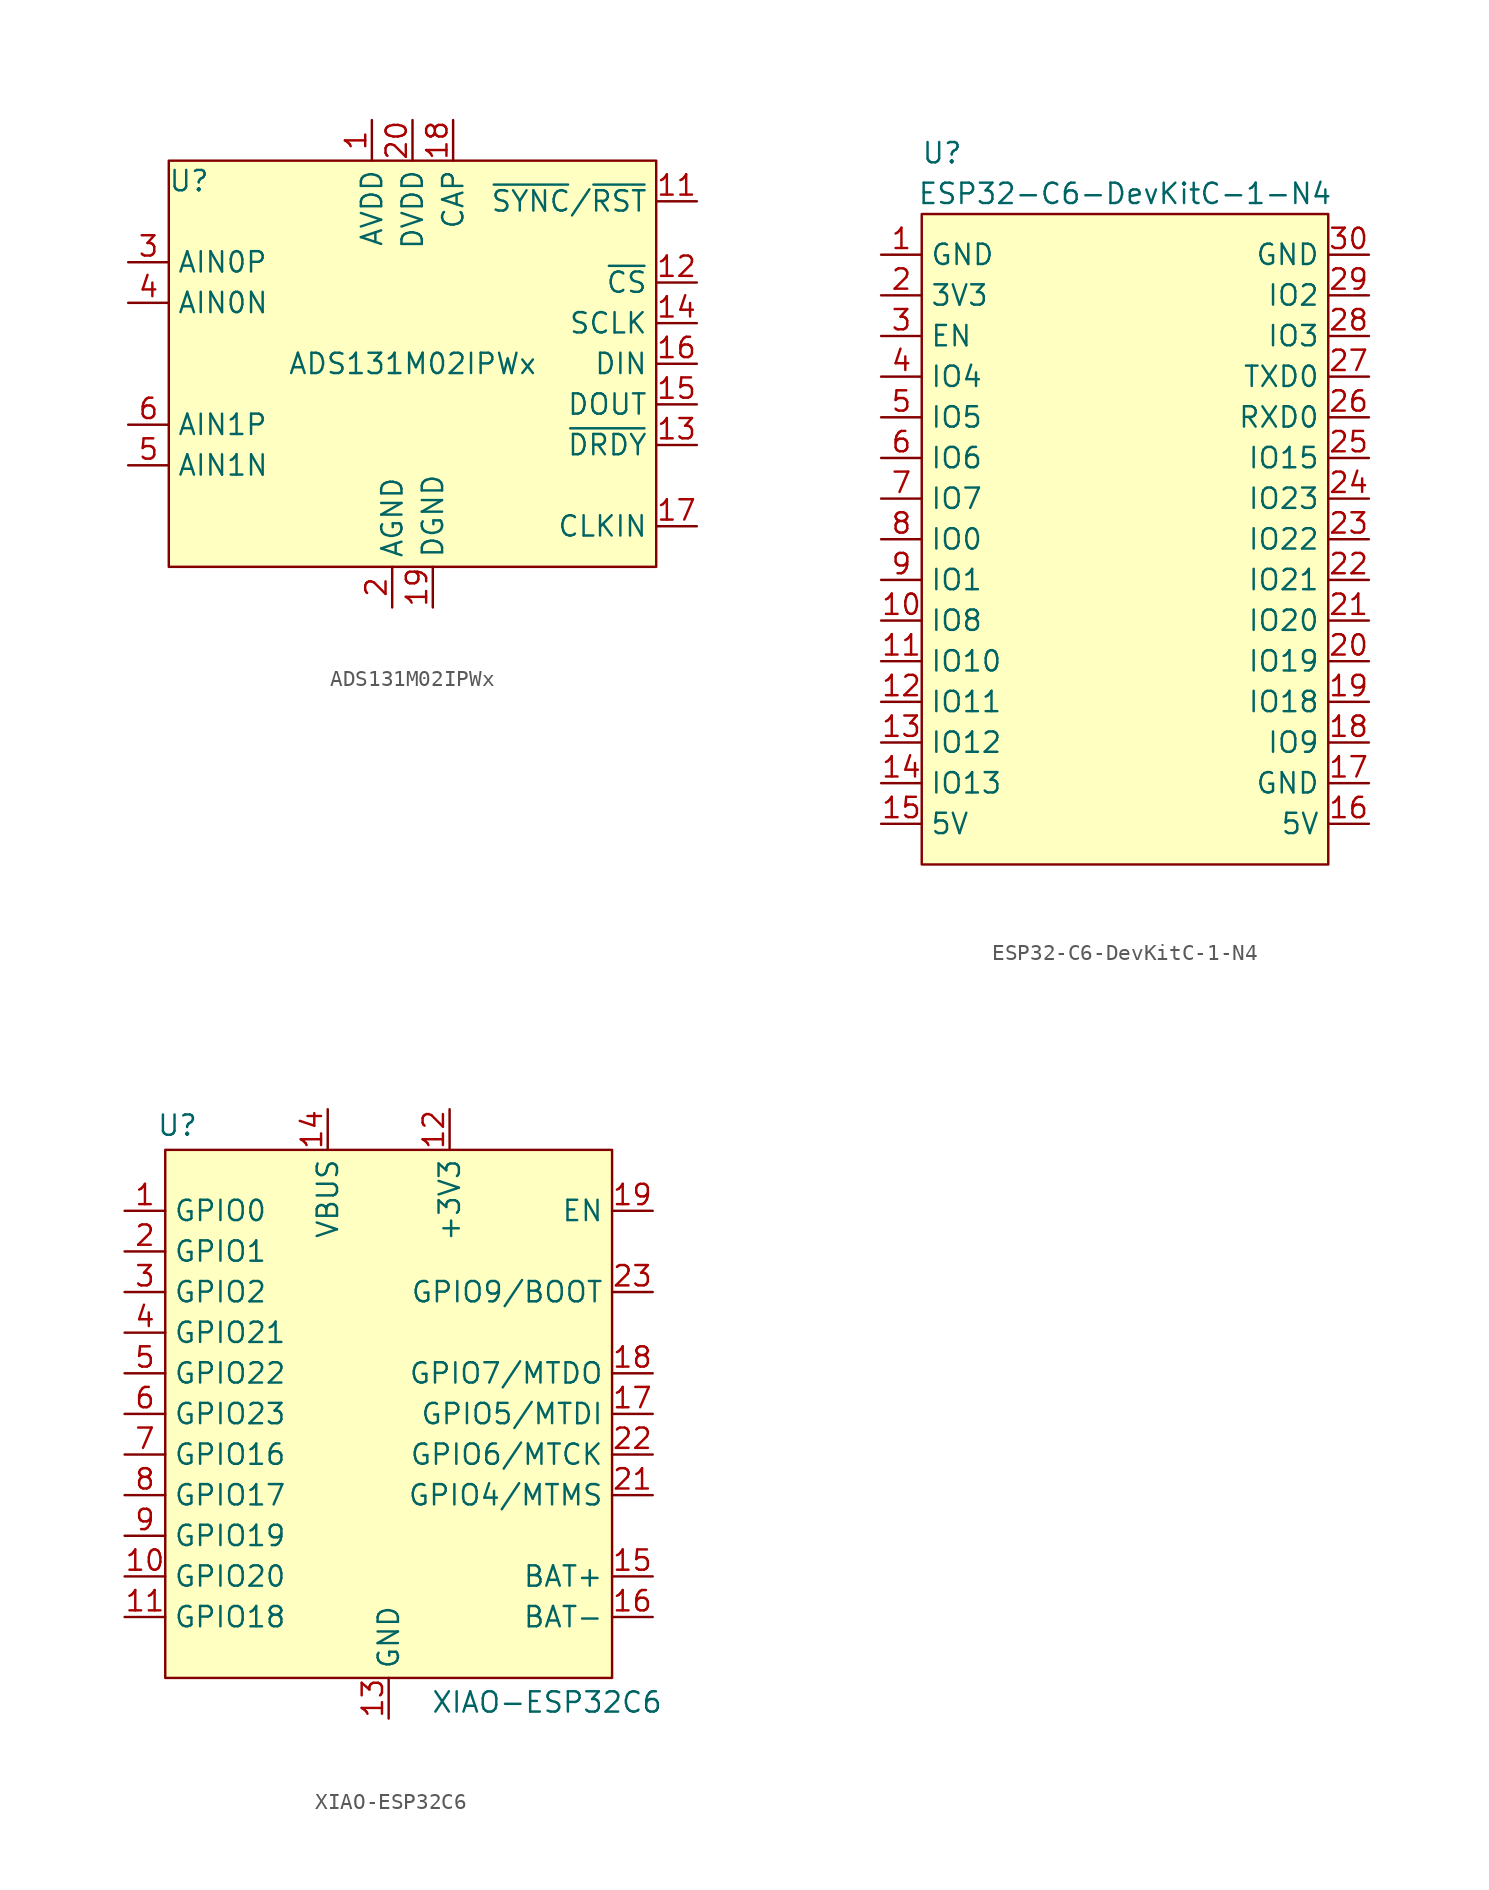
<source format=kicad_sym>
(kicad_symbol_lib
  (version 20241209)
  (generator "kicad_symbol_editor")
  (generator_version "9.0")
  (symbol "ADS131M02IPWx"
    (property "Reference" "U"
      (at -13.97 11.43 0)
      (effects (font (size 1.27 1.27))))
    (property "Value" "ADS131M02IPWx"
      (at 0 0 0)
      (effects (font (size 1.27 1.27))))
    (symbol "ADS131M02IPWx_1_1"
      (rectangle (start -15.24 12.7) (end 15.24 -12.7) (stroke (width 0) (type solid)) (fill (type background)))
      (pin input line (at -17.78 6.35 0) (length 2.54) (name "AIN0P" (effects (font (size 1.27 1.27)))) (number "3" (effects (font (size 1.27 1.27)))))
      (pin input line (at -17.78 3.81 0) (length 2.54) (name "AIN0N" (effects (font (size 1.27 1.27)))) (number "4" (effects (font (size 1.27 1.27)))))
      (pin input line (at -17.78 -3.81 0) (length 2.54) (name "AIN1P" (effects (font (size 1.27 1.27)))) (number "6" (effects (font (size 1.27 1.27)))))
      (pin input line (at -17.78 -6.35 0) (length 2.54) (name "AIN1N" (effects (font (size 1.27 1.27)))) (number "5" (effects (font (size 1.27 1.27)))))
      (pin no_connect line (at -12.7 -12.7 90) (length 2.54) (hide yes) (name "NC" (effects (font (size 1.27 1.27)))) (number "7" (effects (font (size 1.27 1.27)))))
      (pin no_connect line (at -10.16 -12.7 90) (length 2.54) (hide yes) (name "NC" (effects (font (size 1.27 1.27)))) (number "8" (effects (font (size 1.27 1.27)))))
      (pin no_connect line (at -7.62 -12.7 90) (length 2.54) (hide yes) (name "NC" (effects (font (size 1.27 1.27)))) (number "9" (effects (font (size 1.27 1.27)))))
      (pin no_connect line (at -5.08 -12.7 90) (length 2.54) (hide yes) (name "NC" (effects (font (size 1.27 1.27)))) (number "10" (effects (font (size 1.27 1.27)))))
      (pin power_in line (at -2.54 15.24 270) (length 2.54) (name "AVDD" (effects (font (size 1.27 1.27)))) (number "1" (effects (font (size 1.27 1.27)))))
      (pin power_in line (at -1.27 -15.24 90) (length 2.54) (name "AGND" (effects (font (size 1.27 1.27)))) (number "2" (effects (font (size 1.27 1.27)))))
      (pin power_in line (at 0 15.24 270) (length 2.54) (name "DVDD" (effects (font (size 1.27 1.27)))) (number "20" (effects (font (size 1.27 1.27)))))
      (pin power_in line (at 1.27 -15.24 90) (length 2.54) (name "DGND" (effects (font (size 1.27 1.27)))) (number "19" (effects (font (size 1.27 1.27)))))
      (pin output line (at 2.54 15.24 270) (length 2.54) (name "CAP" (effects (font (size 1.27 1.27)))) (number "18" (effects (font (size 1.27 1.27)))))
      (pin input line (at 17.78 10.16 180) (length 2.54) (name "~{SYNC}/~{RST}" (effects (font (size 1.27 1.27)))) (number "11" (effects (font (size 1.27 1.27)))))
      (pin input line (at 17.78 5.08 180) (length 2.54) (name "~{CS}" (effects (font (size 1.27 1.27)))) (number "12" (effects (font (size 1.27 1.27)))))
      (pin input line (at 17.78 2.54 180) (length 2.54) (name "SCLK" (effects (font (size 1.27 1.27)))) (number "14" (effects (font (size 1.27 1.27)))))
      (pin input line (at 17.78 0 180) (length 2.54) (name "DIN" (effects (font (size 1.27 1.27)))) (number "16" (effects (font (size 1.27 1.27)))))
      (pin output line (at 17.78 -2.54 180) (length 2.54) (name "DOUT" (effects (font (size 1.27 1.27)))) (number "15" (effects (font (size 1.27 1.27)))))
      (pin output line (at 17.78 -5.08 180) (length 2.54) (name "~{DRDY}" (effects (font (size 1.27 1.27)))) (number "13" (effects (font (size 1.27 1.27)))))
      (pin input line (at 17.78 -10.16 180) (length 2.54) (name "CLKIN" (effects (font (size 1.27 1.27)))) (number "17" (effects (font (size 1.27 1.27)))))))
  (symbol "ESP32-C6-DevKitC-1-N4"
    (property "Reference" "U"
      (at -11.43 24.13 0)
      (effects (font (size 1.27 1.27))))
    (property "Value" "ESP32-C6-DevKitC-1-N4"
      (at 0 21.59 0)
      (effects (font (size 1.27 1.27))))
    (symbol "ESP32-C6-DevKitC-1-N4_1_1"
      (rectangle (start -12.7 20.32) (end 12.7 -20.32) (stroke (width 0) (type default)) (fill (type background)))
      (pin power_in line (at -15.24 17.78 0) (length 2.54) (name "GND" (effects (font (size 1.27 1.27)))) (number "1" (effects (font (size 1.27 1.27)))))
      (pin power_in line (at -15.24 15.24 0) (length 2.54) (name "3V3" (effects (font (size 1.27 1.27)))) (number "2" (effects (font (size 1.27 1.27)))))
      (pin input line (at -15.24 12.7 0) (length 2.54) (name "EN" (effects (font (size 1.27 1.27)))) (number "3" (effects (font (size 1.27 1.27)))))
      (pin bidirectional line (at -15.24 10.16 0) (length 2.54) (name "IO4" (effects (font (size 1.27 1.27)))) (number "4" (effects (font (size 1.27 1.27)))))
      (pin bidirectional line (at -15.24 7.62 0) (length 2.54) (name "IO5" (effects (font (size 1.27 1.27)))) (number "5" (effects (font (size 1.27 1.27)))))
      (pin bidirectional line (at -15.24 5.08 0) (length 2.54) (name "IO6" (effects (font (size 1.27 1.27)))) (number "6" (effects (font (size 1.27 1.27)))))
      (pin bidirectional line (at -15.24 2.54 0) (length 2.54) (name "IO7" (effects (font (size 1.27 1.27)))) (number "7" (effects (font (size 1.27 1.27)))))
      (pin bidirectional line (at -15.24 0 0) (length 2.54) (name "IO0" (effects (font (size 1.27 1.27)))) (number "8" (effects (font (size 1.27 1.27)))))
      (pin bidirectional line (at -15.24 -2.54 0) (length 2.54) (name "IO1" (effects (font (size 1.27 1.27)))) (number "9" (effects (font (size 1.27 1.27)))))
      (pin bidirectional line (at -15.24 -5.08 0) (length 2.54) (name "IO8" (effects (font (size 1.27 1.27)))) (number "10" (effects (font (size 1.27 1.27)))))
      (pin bidirectional line (at -15.24 -7.62 0) (length 2.54) (name "IO10" (effects (font (size 1.27 1.27)))) (number "11" (effects (font (size 1.27 1.27)))))
      (pin bidirectional line (at -15.24 -10.16 0) (length 2.54) (name "IO11" (effects (font (size 1.27 1.27)))) (number "12" (effects (font (size 1.27 1.27)))))
      (pin bidirectional line (at -15.24 -12.7 0) (length 2.54) (name "IO12" (effects (font (size 1.27 1.27)))) (number "13" (effects (font (size 1.27 1.27)))))
      (pin bidirectional line (at -15.24 -15.24 0) (length 2.54) (name "IO13" (effects (font (size 1.27 1.27)))) (number "14" (effects (font (size 1.27 1.27)))))
      (pin power_in line (at -15.24 -17.78 0) (length 2.54) (name "5V" (effects (font (size 1.27 1.27)))) (number "15" (effects (font (size 1.27 1.27)))))
      (pin power_in line (at 15.24 17.78 180) (length 2.54) (name "GND" (effects (font (size 1.27 1.27)))) (number "30" (effects (font (size 1.27 1.27)))))
      (pin bidirectional line (at 15.24 15.24 180) (length 2.54) (name "IO2" (effects (font (size 1.27 1.27)))) (number "29" (effects (font (size 1.27 1.27)))))
      (pin bidirectional line (at 15.24 12.7 180) (length 2.54) (name "IO3" (effects (font (size 1.27 1.27)))) (number "28" (effects (font (size 1.27 1.27)))))
      (pin bidirectional line (at 15.24 10.16 180) (length 2.54) (name "TXD0" (effects (font (size 1.27 1.27)))) (number "27" (effects (font (size 1.27 1.27)))))
      (pin bidirectional line (at 15.24 7.62 180) (length 2.54) (name "RXD0" (effects (font (size 1.27 1.27)))) (number "26" (effects (font (size 1.27 1.27)))))
      (pin bidirectional line (at 15.24 5.08 180) (length 2.54) (name "IO15" (effects (font (size 1.27 1.27)))) (number "25" (effects (font (size 1.27 1.27)))))
      (pin bidirectional line (at 15.24 2.54 180) (length 2.54) (name "IO23" (effects (font (size 1.27 1.27)))) (number "24" (effects (font (size 1.27 1.27)))))
      (pin bidirectional line (at 15.24 0 180) (length 2.54) (name "IO22" (effects (font (size 1.27 1.27)))) (number "23" (effects (font (size 1.27 1.27)))))
      (pin bidirectional line (at 15.24 -2.54 180) (length 2.54) (name "IO21" (effects (font (size 1.27 1.27)))) (number "22" (effects (font (size 1.27 1.27)))))
      (pin bidirectional line (at 15.24 -5.08 180) (length 2.54) (name "IO20" (effects (font (size 1.27 1.27)))) (number "21" (effects (font (size 1.27 1.27)))))
      (pin bidirectional line (at 15.24 -7.62 180) (length 2.54) (name "IO19" (effects (font (size 1.27 1.27)))) (number "20" (effects (font (size 1.27 1.27)))))
      (pin bidirectional line (at 15.24 -10.16 180) (length 2.54) (name "IO18" (effects (font (size 1.27 1.27)))) (number "19" (effects (font (size 1.27 1.27)))))
      (pin bidirectional line (at 15.24 -12.7 180) (length 2.54) (name "IO9" (effects (font (size 1.27 1.27)))) (number "18" (effects (font (size 1.27 1.27)))))
      (pin power_in line (at 15.24 -15.24 180) (length 2.54) (name "GND" (effects (font (size 1.27 1.27)))) (number "17" (effects (font (size 1.27 1.27)))))
      (pin power_in line (at 15.24 -17.78 180) (length 2.54) (name "5V" (effects (font (size 1.27 1.27)))) (number "16" (effects (font (size 1.27 1.27)))))))
  (symbol "XIAO-ESP32C6"
    (property "Reference" "U"
      (at -13.208 15.494 0)
      (effects (font (size 1.27 1.27))))
    (property "Value" "XIAO-ESP32C6"
      (at 9.906 -20.574 0)
      (effects (font (size 1.27 1.27))))
    (symbol "XIAO-ESP32C6_1_1"
      (rectangle (start -13.97 13.97) (end 13.97 -19.05) (stroke (width 0) (type solid)) (fill (type background)))
      (pin bidirectional line (at -16.51 10.16 0) (length 2.54) (name "GPIO0" (effects (font (size 1.27 1.27)))) (number "1" (effects (font (size 1.27 1.27)))))
      (pin bidirectional line (at -16.51 7.62 0) (length 2.54) (name "GPIO1" (effects (font (size 1.27 1.27)))) (number "2" (effects (font (size 1.27 1.27)))))
      (pin bidirectional line (at -16.51 5.08 0) (length 2.54) (name "GPIO2" (effects (font (size 1.27 1.27)))) (number "3" (effects (font (size 1.27 1.27)))))
      (pin bidirectional line (at -16.51 2.54 0) (length 2.54) (name "GPIO21" (effects (font (size 1.27 1.27)))) (number "4" (effects (font (size 1.27 1.27)))))
      (pin bidirectional line (at -16.51 0 0) (length 2.54) (name "GPIO22" (effects (font (size 1.27 1.27)))) (number "5" (effects (font (size 1.27 1.27)))))
      (pin bidirectional line (at -16.51 -2.54 0) (length 2.54) (name "GPIO23" (effects (font (size 1.27 1.27)))) (number "6" (effects (font (size 1.27 1.27)))))
      (pin bidirectional line (at -16.51 -5.08 0) (length 2.54) (name "GPIO16" (effects (font (size 1.27 1.27)))) (number "7" (effects (font (size 1.27 1.27)))))
      (pin bidirectional line (at -16.51 -7.62 0) (length 2.54) (name "GPIO17" (effects (font (size 1.27 1.27)))) (number "8" (effects (font (size 1.27 1.27)))))
      (pin bidirectional line (at -16.51 -10.16 0) (length 2.54) (name "GPIO19" (effects (font (size 1.27 1.27)))) (number "9" (effects (font (size 1.27 1.27)))))
      (pin bidirectional line (at -16.51 -12.7 0) (length 2.54) (name "GPIO20" (effects (font (size 1.27 1.27)))) (number "10" (effects (font (size 1.27 1.27)))))
      (pin bidirectional line (at -16.51 -15.24 0) (length 2.54) (name "GPIO18" (effects (font (size 1.27 1.27)))) (number "11" (effects (font (size 1.27 1.27)))))
      (pin power_in line (at -3.81 16.51 270) (length 2.54) (name "VBUS" (effects (font (size 1.27 1.27)))) (number "14" (effects (font (size 1.27 1.27)))))
      (pin power_in line (at 0 -21.59 90) (length 2.54) (name "GND" (effects (font (size 1.27 1.27)))) (number "13" (effects (font (size 1.27 1.27)))))
      (pin power_in line (at 0 -21.59 90) (length 2.54) (hide yes) (name "GND" (effects (font (size 1.27 1.27)))) (number "20" (effects (font (size 1.27 1.27)))))
      (pin power_in line (at 3.81 16.51 270) (length 2.54) (name "+3V3" (effects (font (size 1.27 1.27)))) (number "12" (effects (font (size 1.27 1.27)))))
      (pin power_in line (at 3.81 16.51 270) (length 2.54) (hide yes) (name "+3V3" (effects (font (size 1.27 1.27)))) (number "24" (effects (font (size 1.27 1.27)))))
      (pin input line (at 16.51 10.16 180) (length 2.54) (name "EN" (effects (font (size 1.27 1.27)))) (number "19" (effects (font (size 1.27 1.27)))))
      (pin bidirectional line (at 16.51 5.08 180) (length 2.54) (name "GPIO9/BOOT" (effects (font (size 1.27 1.27)))) (number "23" (effects (font (size 1.27 1.27)))))
      (pin bidirectional line (at 16.51 0 180) (length 2.54) (name "GPIO7/MTDO" (effects (font (size 1.27 1.27)))) (number "18" (effects (font (size 1.27 1.27)))))
      (pin bidirectional line (at 16.51 -2.54 180) (length 2.54) (name "GPIO5/MTDI" (effects (font (size 1.27 1.27)))) (number "17" (effects (font (size 1.27 1.27)))))
      (pin bidirectional line (at 16.51 -5.08 180) (length 2.54) (name "GPIO6/MTCK" (effects (font (size 1.27 1.27)))) (number "22" (effects (font (size 1.27 1.27)))))
      (pin bidirectional line (at 16.51 -7.62 180) (length 2.54) (name "GPIO4/MTMS" (effects (font (size 1.27 1.27)))) (number "21" (effects (font (size 1.27 1.27)))))
      (pin power_in line (at 16.51 -12.7 180) (length 2.54) (name "BAT+" (effects (font (size 1.27 1.27)))) (number "15" (effects (font (size 1.27 1.27)))))
      (pin power_in line (at 16.51 -15.24 180) (length 2.54) (name "BAT-" (effects (font (size 1.27 1.27)))) (number "16" (effects (font (size 1.27 1.27))))))))
</source>
